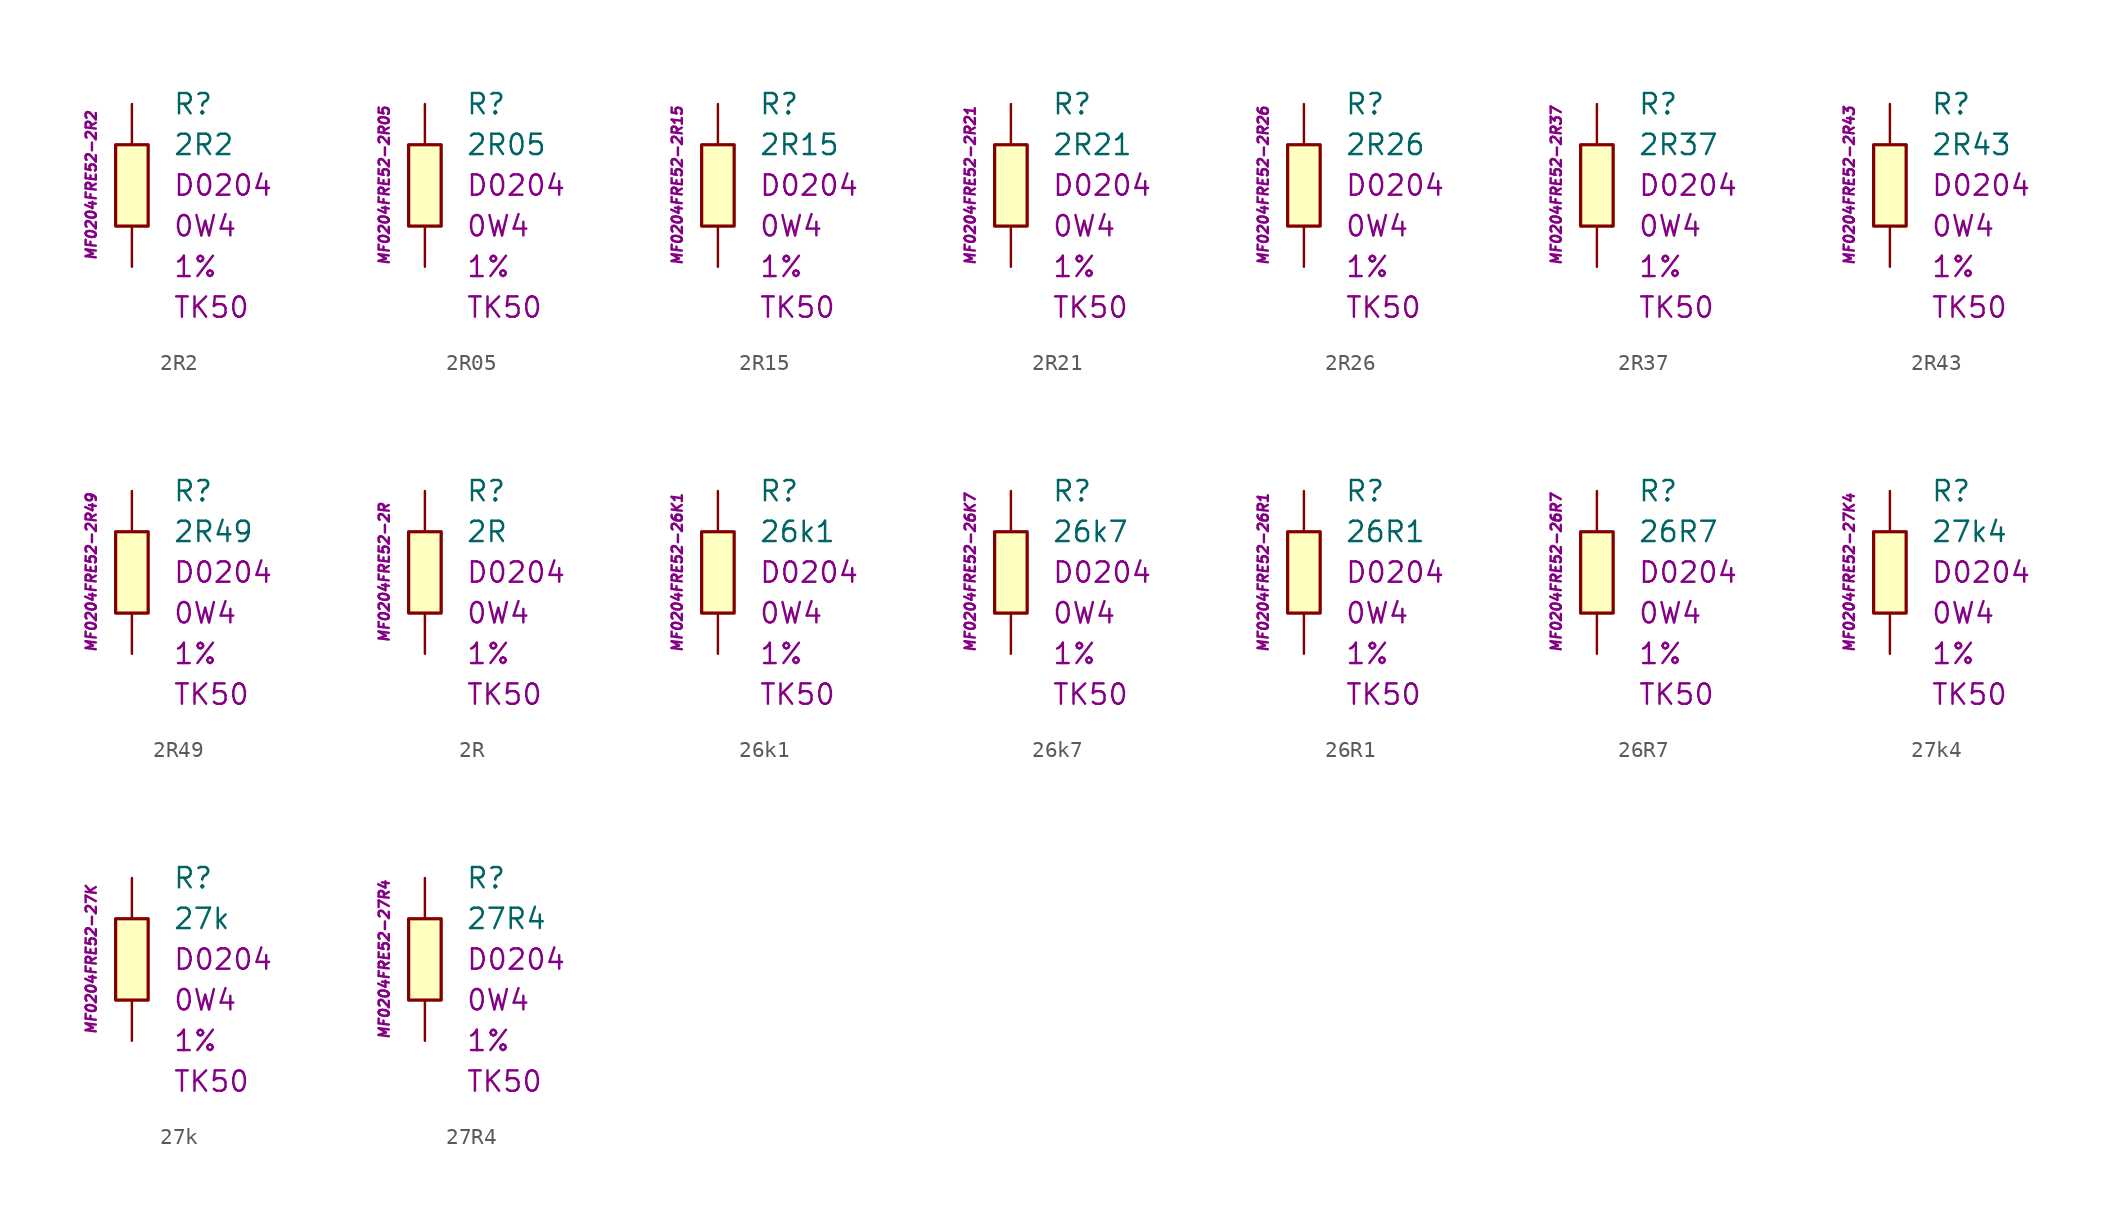
<source format=kicad_sym>
(kicad_symbol_lib
  (version 20201005)
  (generator kicad_symbol_editor)
  (symbol "2R2"
    (pin_numbers hide)
    (pin_names
      (offset 1.016) hide)
    (property "Reference" "R"
      (at 2.54 5.08 0)
      (effects (font (size 1.27 1.27)) (justify left)))
    (property "Value" "2R2"
      (at 2.54 2.54 0)
      (effects (font (size 1.27 1.27)) (justify left)))
    (property "Package" "D0204"
      (at 2.54 0 0)
      (effects (font (size 1.27 1.27)) (justify left)))
    (property "Power" "0W4"
      (at 2.54 -2.54 0)
      (effects (font (size 1.27 1.27)) (justify left)))
    (property "Tolerance" "1%"
      (at 2.54 -5.08 0)
      (effects (font (size 1.27 1.27)) (justify left)))
    (property "TK" "TK50"
      (at 2.54 -7.62 0)
      (effects (font (size 1.27 1.27)) (justify left)))
    (property "ID" "MF0204FRE52-2R2"
      (at -2.54 0 90)
      (effects (font (size 0.635 0.635) italic)))
    (symbol "2R2_0_1"
      (rectangle (start -1.016 2.54) (end 1.016 -2.54) (stroke (width 0.203)) (fill (type background))))
    (symbol "2R2_1_1"
      (pin passive line (at 0 5.08 270) (length 2.54) (name "~" (effects (font (size 1.778 1.778)))) (number "1" (effects (font (size 1.778 1.778)))))
      (pin passive line (at 0 -5.08 90) (length 2.54) (name "~" (effects (font (size 1.778 1.778)))) (number "2" (effects (font (size 1.778 1.778)))))))
  (symbol "2R05"
    (pin_numbers hide)
    (pin_names
      (offset 1.016) hide)
    (property "Reference" "R"
      (at 2.54 5.08 0)
      (effects (font (size 1.27 1.27)) (justify left)))
    (property "Value" "2R05"
      (at 2.54 2.54 0)
      (effects (font (size 1.27 1.27)) (justify left)))
    (property "Package" "D0204"
      (at 2.54 0 0)
      (effects (font (size 1.27 1.27)) (justify left)))
    (property "Power" "0W4"
      (at 2.54 -2.54 0)
      (effects (font (size 1.27 1.27)) (justify left)))
    (property "Tolerance" "1%"
      (at 2.54 -5.08 0)
      (effects (font (size 1.27 1.27)) (justify left)))
    (property "TK" "TK50"
      (at 2.54 -7.62 0)
      (effects (font (size 1.27 1.27)) (justify left)))
    (property "ID" "MF0204FRE52-2R05"
      (at -2.54 0 90)
      (effects (font (size 0.635 0.635) italic)))
    (symbol "2R05_0_1"
      (rectangle (start -1.016 2.54) (end 1.016 -2.54) (stroke (width 0.203)) (fill (type background))))
    (symbol "2R05_1_1"
      (pin passive line (at 0 5.08 270) (length 2.54) (name "~" (effects (font (size 1.778 1.778)))) (number "1" (effects (font (size 1.778 1.778)))))
      (pin passive line (at 0 -5.08 90) (length 2.54) (name "~" (effects (font (size 1.778 1.778)))) (number "2" (effects (font (size 1.778 1.778)))))))
  (symbol "2R15"
    (pin_numbers hide)
    (pin_names
      (offset 1.016) hide)
    (property "Reference" "R"
      (at 2.54 5.08 0)
      (effects (font (size 1.27 1.27)) (justify left)))
    (property "Value" "2R15"
      (at 2.54 2.54 0)
      (effects (font (size 1.27 1.27)) (justify left)))
    (property "Package" "D0204"
      (at 2.54 0 0)
      (effects (font (size 1.27 1.27)) (justify left)))
    (property "Power" "0W4"
      (at 2.54 -2.54 0)
      (effects (font (size 1.27 1.27)) (justify left)))
    (property "Tolerance" "1%"
      (at 2.54 -5.08 0)
      (effects (font (size 1.27 1.27)) (justify left)))
    (property "TK" "TK50"
      (at 2.54 -7.62 0)
      (effects (font (size 1.27 1.27)) (justify left)))
    (property "ID" "MF0204FRE52-2R15"
      (at -2.54 0 90)
      (effects (font (size 0.635 0.635) italic)))
    (symbol "2R15_0_1"
      (rectangle (start -1.016 2.54) (end 1.016 -2.54) (stroke (width 0.203)) (fill (type background))))
    (symbol "2R15_1_1"
      (pin passive line (at 0 5.08 270) (length 2.54) (name "~" (effects (font (size 1.778 1.778)))) (number "1" (effects (font (size 1.778 1.778)))))
      (pin passive line (at 0 -5.08 90) (length 2.54) (name "~" (effects (font (size 1.778 1.778)))) (number "2" (effects (font (size 1.778 1.778)))))))
  (symbol "2R21"
    (pin_numbers hide)
    (pin_names
      (offset 1.016) hide)
    (property "Reference" "R"
      (at 2.54 5.08 0)
      (effects (font (size 1.27 1.27)) (justify left)))
    (property "Value" "2R21"
      (at 2.54 2.54 0)
      (effects (font (size 1.27 1.27)) (justify left)))
    (property "Package" "D0204"
      (at 2.54 0 0)
      (effects (font (size 1.27 1.27)) (justify left)))
    (property "Power" "0W4"
      (at 2.54 -2.54 0)
      (effects (font (size 1.27 1.27)) (justify left)))
    (property "Tolerance" "1%"
      (at 2.54 -5.08 0)
      (effects (font (size 1.27 1.27)) (justify left)))
    (property "TK" "TK50"
      (at 2.54 -7.62 0)
      (effects (font (size 1.27 1.27)) (justify left)))
    (property "ID" "MF0204FRE52-2R21"
      (at -2.54 0 90)
      (effects (font (size 0.635 0.635) italic)))
    (symbol "2R21_0_1"
      (rectangle (start -1.016 2.54) (end 1.016 -2.54) (stroke (width 0.203)) (fill (type background))))
    (symbol "2R21_1_1"
      (pin passive line (at 0 5.08 270) (length 2.54) (name "~" (effects (font (size 1.778 1.778)))) (number "1" (effects (font (size 1.778 1.778)))))
      (pin passive line (at 0 -5.08 90) (length 2.54) (name "~" (effects (font (size 1.778 1.778)))) (number "2" (effects (font (size 1.778 1.778)))))))
  (symbol "2R26"
    (pin_numbers hide)
    (pin_names
      (offset 1.016) hide)
    (property "Reference" "R"
      (at 2.54 5.08 0)
      (effects (font (size 1.27 1.27)) (justify left)))
    (property "Value" "2R26"
      (at 2.54 2.54 0)
      (effects (font (size 1.27 1.27)) (justify left)))
    (property "Package" "D0204"
      (at 2.54 0 0)
      (effects (font (size 1.27 1.27)) (justify left)))
    (property "Power" "0W4"
      (at 2.54 -2.54 0)
      (effects (font (size 1.27 1.27)) (justify left)))
    (property "Tolerance" "1%"
      (at 2.54 -5.08 0)
      (effects (font (size 1.27 1.27)) (justify left)))
    (property "TK" "TK50"
      (at 2.54 -7.62 0)
      (effects (font (size 1.27 1.27)) (justify left)))
    (property "ID" "MF0204FRE52-2R26"
      (at -2.54 0 90)
      (effects (font (size 0.635 0.635) italic)))
    (symbol "2R26_0_1"
      (rectangle (start -1.016 2.54) (end 1.016 -2.54) (stroke (width 0.203)) (fill (type background))))
    (symbol "2R26_1_1"
      (pin passive line (at 0 5.08 270) (length 2.54) (name "~" (effects (font (size 1.778 1.778)))) (number "1" (effects (font (size 1.778 1.778)))))
      (pin passive line (at 0 -5.08 90) (length 2.54) (name "~" (effects (font (size 1.778 1.778)))) (number "2" (effects (font (size 1.778 1.778)))))))
  (symbol "2R37"
    (pin_numbers hide)
    (pin_names
      (offset 1.016) hide)
    (property "Reference" "R"
      (at 2.54 5.08 0)
      (effects (font (size 1.27 1.27)) (justify left)))
    (property "Value" "2R37"
      (at 2.54 2.54 0)
      (effects (font (size 1.27 1.27)) (justify left)))
    (property "Package" "D0204"
      (at 2.54 0 0)
      (effects (font (size 1.27 1.27)) (justify left)))
    (property "Power" "0W4"
      (at 2.54 -2.54 0)
      (effects (font (size 1.27 1.27)) (justify left)))
    (property "Tolerance" "1%"
      (at 2.54 -5.08 0)
      (effects (font (size 1.27 1.27)) (justify left)))
    (property "TK" "TK50"
      (at 2.54 -7.62 0)
      (effects (font (size 1.27 1.27)) (justify left)))
    (property "ID" "MF0204FRE52-2R37"
      (at -2.54 0 90)
      (effects (font (size 0.635 0.635) italic)))
    (symbol "2R37_0_1"
      (rectangle (start -1.016 2.54) (end 1.016 -2.54) (stroke (width 0.203)) (fill (type background))))
    (symbol "2R37_1_1"
      (pin passive line (at 0 5.08 270) (length 2.54) (name "~" (effects (font (size 1.778 1.778)))) (number "1" (effects (font (size 1.778 1.778)))))
      (pin passive line (at 0 -5.08 90) (length 2.54) (name "~" (effects (font (size 1.778 1.778)))) (number "2" (effects (font (size 1.778 1.778)))))))
  (symbol "2R43"
    (pin_numbers hide)
    (pin_names
      (offset 1.016) hide)
    (property "Reference" "R"
      (at 2.54 5.08 0)
      (effects (font (size 1.27 1.27)) (justify left)))
    (property "Value" "2R43"
      (at 2.54 2.54 0)
      (effects (font (size 1.27 1.27)) (justify left)))
    (property "Package" "D0204"
      (at 2.54 0 0)
      (effects (font (size 1.27 1.27)) (justify left)))
    (property "Power" "0W4"
      (at 2.54 -2.54 0)
      (effects (font (size 1.27 1.27)) (justify left)))
    (property "Tolerance" "1%"
      (at 2.54 -5.08 0)
      (effects (font (size 1.27 1.27)) (justify left)))
    (property "TK" "TK50"
      (at 2.54 -7.62 0)
      (effects (font (size 1.27 1.27)) (justify left)))
    (property "ID" "MF0204FRE52-2R43"
      (at -2.54 0 90)
      (effects (font (size 0.635 0.635) italic)))
    (symbol "2R43_0_1"
      (rectangle (start -1.016 2.54) (end 1.016 -2.54) (stroke (width 0.203)) (fill (type background))))
    (symbol "2R43_1_1"
      (pin passive line (at 0 5.08 270) (length 2.54) (name "~" (effects (font (size 1.778 1.778)))) (number "1" (effects (font (size 1.778 1.778)))))
      (pin passive line (at 0 -5.08 90) (length 2.54) (name "~" (effects (font (size 1.778 1.778)))) (number "2" (effects (font (size 1.778 1.778)))))))
  (symbol "2R49"
    (pin_numbers hide)
    (pin_names
      (offset 1.016) hide)
    (property "Reference" "R"
      (at 2.54 5.08 0)
      (effects (font (size 1.27 1.27)) (justify left)))
    (property "Value" "2R49"
      (at 2.54 2.54 0)
      (effects (font (size 1.27 1.27)) (justify left)))
    (property "Package" "D0204"
      (at 2.54 0 0)
      (effects (font (size 1.27 1.27)) (justify left)))
    (property "Power" "0W4"
      (at 2.54 -2.54 0)
      (effects (font (size 1.27 1.27)) (justify left)))
    (property "Tolerance" "1%"
      (at 2.54 -5.08 0)
      (effects (font (size 1.27 1.27)) (justify left)))
    (property "TK" "TK50"
      (at 2.54 -7.62 0)
      (effects (font (size 1.27 1.27)) (justify left)))
    (property "ID" "MF0204FRE52-2R49"
      (at -2.54 0 90)
      (effects (font (size 0.635 0.635) italic)))
    (symbol "2R49_0_1"
      (rectangle (start -1.016 2.54) (end 1.016 -2.54) (stroke (width 0.203)) (fill (type background))))
    (symbol "2R49_1_1"
      (pin passive line (at 0 5.08 270) (length 2.54) (name "~" (effects (font (size 1.778 1.778)))) (number "1" (effects (font (size 1.778 1.778)))))
      (pin passive line (at 0 -5.08 90) (length 2.54) (name "~" (effects (font (size 1.778 1.778)))) (number "2" (effects (font (size 1.778 1.778)))))))
  (symbol "2R"
    (pin_numbers hide)
    (pin_names
      (offset 1.016) hide)
    (property "Reference" "R"
      (at 2.54 5.08 0)
      (effects (font (size 1.27 1.27)) (justify left)))
    (property "Value" "2R"
      (at 2.54 2.54 0)
      (effects (font (size 1.27 1.27)) (justify left)))
    (property "Package" "D0204"
      (at 2.54 0 0)
      (effects (font (size 1.27 1.27)) (justify left)))
    (property "Power" "0W4"
      (at 2.54 -2.54 0)
      (effects (font (size 1.27 1.27)) (justify left)))
    (property "Tolerance" "1%"
      (at 2.54 -5.08 0)
      (effects (font (size 1.27 1.27)) (justify left)))
    (property "TK" "TK50"
      (at 2.54 -7.62 0)
      (effects (font (size 1.27 1.27)) (justify left)))
    (property "ID" "MF0204FRE52-2R"
      (at -2.54 0 90)
      (effects (font (size 0.635 0.635) italic)))
    (symbol "2R_0_1"
      (rectangle (start -1.016 2.54) (end 1.016 -2.54) (stroke (width 0.203)) (fill (type background))))
    (symbol "2R_1_1"
      (pin passive line (at 0 5.08 270) (length 2.54) (name "~" (effects (font (size 1.778 1.778)))) (number "1" (effects (font (size 1.778 1.778)))))
      (pin passive line (at 0 -5.08 90) (length 2.54) (name "~" (effects (font (size 1.778 1.778)))) (number "2" (effects (font (size 1.778 1.778)))))))
  (symbol "26k1"
    (pin_numbers hide)
    (pin_names
      (offset 1.016) hide)
    (property "Reference" "R"
      (at 2.54 5.08 0)
      (effects (font (size 1.27 1.27)) (justify left)))
    (property "Value" "26k1"
      (at 2.54 2.54 0)
      (effects (font (size 1.27 1.27)) (justify left)))
    (property "Package" "D0204"
      (at 2.54 0 0)
      (effects (font (size 1.27 1.27)) (justify left)))
    (property "Power" "0W4"
      (at 2.54 -2.54 0)
      (effects (font (size 1.27 1.27)) (justify left)))
    (property "Tolerance" "1%"
      (at 2.54 -5.08 0)
      (effects (font (size 1.27 1.27)) (justify left)))
    (property "TK" "TK50"
      (at 2.54 -7.62 0)
      (effects (font (size 1.27 1.27)) (justify left)))
    (property "ID" "MF0204FRE52-26K1"
      (at -2.54 0 90)
      (effects (font (size 0.635 0.635) italic)))
    (symbol "26k1_0_1"
      (rectangle (start -1.016 2.54) (end 1.016 -2.54) (stroke (width 0.203)) (fill (type background))))
    (symbol "26k1_1_1"
      (pin passive line (at 0 5.08 270) (length 2.54) (name "~" (effects (font (size 1.778 1.778)))) (number "1" (effects (font (size 1.778 1.778)))))
      (pin passive line (at 0 -5.08 90) (length 2.54) (name "~" (effects (font (size 1.778 1.778)))) (number "2" (effects (font (size 1.778 1.778)))))))
  (symbol "26k7"
    (pin_numbers hide)
    (pin_names
      (offset 1.016) hide)
    (property "Reference" "R"
      (at 2.54 5.08 0)
      (effects (font (size 1.27 1.27)) (justify left)))
    (property "Value" "26k7"
      (at 2.54 2.54 0)
      (effects (font (size 1.27 1.27)) (justify left)))
    (property "Package" "D0204"
      (at 2.54 0 0)
      (effects (font (size 1.27 1.27)) (justify left)))
    (property "Power" "0W4"
      (at 2.54 -2.54 0)
      (effects (font (size 1.27 1.27)) (justify left)))
    (property "Tolerance" "1%"
      (at 2.54 -5.08 0)
      (effects (font (size 1.27 1.27)) (justify left)))
    (property "TK" "TK50"
      (at 2.54 -7.62 0)
      (effects (font (size 1.27 1.27)) (justify left)))
    (property "ID" "MF0204FRE52-26K7"
      (at -2.54 0 90)
      (effects (font (size 0.635 0.635) italic)))
    (symbol "26k7_0_1"
      (rectangle (start -1.016 2.54) (end 1.016 -2.54) (stroke (width 0.203)) (fill (type background))))
    (symbol "26k7_1_1"
      (pin passive line (at 0 5.08 270) (length 2.54) (name "~" (effects (font (size 1.778 1.778)))) (number "1" (effects (font (size 1.778 1.778)))))
      (pin passive line (at 0 -5.08 90) (length 2.54) (name "~" (effects (font (size 1.778 1.778)))) (number "2" (effects (font (size 1.778 1.778)))))))
  (symbol "26R1"
    (pin_numbers hide)
    (pin_names
      (offset 1.016) hide)
    (property "Reference" "R"
      (at 2.54 5.08 0)
      (effects (font (size 1.27 1.27)) (justify left)))
    (property "Value" "26R1"
      (at 2.54 2.54 0)
      (effects (font (size 1.27 1.27)) (justify left)))
    (property "Package" "D0204"
      (at 2.54 0 0)
      (effects (font (size 1.27 1.27)) (justify left)))
    (property "Power" "0W4"
      (at 2.54 -2.54 0)
      (effects (font (size 1.27 1.27)) (justify left)))
    (property "Tolerance" "1%"
      (at 2.54 -5.08 0)
      (effects (font (size 1.27 1.27)) (justify left)))
    (property "TK" "TK50"
      (at 2.54 -7.62 0)
      (effects (font (size 1.27 1.27)) (justify left)))
    (property "ID" "MF0204FRE52-26R1"
      (at -2.54 0 90)
      (effects (font (size 0.635 0.635) italic)))
    (symbol "26R1_0_1"
      (rectangle (start -1.016 2.54) (end 1.016 -2.54) (stroke (width 0.203)) (fill (type background))))
    (symbol "26R1_1_1"
      (pin passive line (at 0 5.08 270) (length 2.54) (name "~" (effects (font (size 1.778 1.778)))) (number "1" (effects (font (size 1.778 1.778)))))
      (pin passive line (at 0 -5.08 90) (length 2.54) (name "~" (effects (font (size 1.778 1.778)))) (number "2" (effects (font (size 1.778 1.778)))))))
  (symbol "26R7"
    (pin_numbers hide)
    (pin_names
      (offset 1.016) hide)
    (property "Reference" "R"
      (at 2.54 5.08 0)
      (effects (font (size 1.27 1.27)) (justify left)))
    (property "Value" "26R7"
      (at 2.54 2.54 0)
      (effects (font (size 1.27 1.27)) (justify left)))
    (property "Package" "D0204"
      (at 2.54 0 0)
      (effects (font (size 1.27 1.27)) (justify left)))
    (property "Power" "0W4"
      (at 2.54 -2.54 0)
      (effects (font (size 1.27 1.27)) (justify left)))
    (property "Tolerance" "1%"
      (at 2.54 -5.08 0)
      (effects (font (size 1.27 1.27)) (justify left)))
    (property "TK" "TK50"
      (at 2.54 -7.62 0)
      (effects (font (size 1.27 1.27)) (justify left)))
    (property "ID" "MF0204FRE52-26R7"
      (at -2.54 0 90)
      (effects (font (size 0.635 0.635) italic)))
    (symbol "26R7_0_1"
      (rectangle (start -1.016 2.54) (end 1.016 -2.54) (stroke (width 0.203)) (fill (type background))))
    (symbol "26R7_1_1"
      (pin passive line (at 0 5.08 270) (length 2.54) (name "~" (effects (font (size 1.778 1.778)))) (number "1" (effects (font (size 1.778 1.778)))))
      (pin passive line (at 0 -5.08 90) (length 2.54) (name "~" (effects (font (size 1.778 1.778)))) (number "2" (effects (font (size 1.778 1.778)))))))
  (symbol "27k4"
    (pin_numbers hide)
    (pin_names
      (offset 1.016) hide)
    (property "Reference" "R"
      (at 2.54 5.08 0)
      (effects (font (size 1.27 1.27)) (justify left)))
    (property "Value" "27k4"
      (at 2.54 2.54 0)
      (effects (font (size 1.27 1.27)) (justify left)))
    (property "Package" "D0204"
      (at 2.54 0 0)
      (effects (font (size 1.27 1.27)) (justify left)))
    (property "Power" "0W4"
      (at 2.54 -2.54 0)
      (effects (font (size 1.27 1.27)) (justify left)))
    (property "Tolerance" "1%"
      (at 2.54 -5.08 0)
      (effects (font (size 1.27 1.27)) (justify left)))
    (property "TK" "TK50"
      (at 2.54 -7.62 0)
      (effects (font (size 1.27 1.27)) (justify left)))
    (property "ID" "MF0204FRE52-27K4"
      (at -2.54 0 90)
      (effects (font (size 0.635 0.635) italic)))
    (symbol "27k4_0_1"
      (rectangle (start -1.016 2.54) (end 1.016 -2.54) (stroke (width 0.203)) (fill (type background))))
    (symbol "27k4_1_1"
      (pin passive line (at 0 5.08 270) (length 2.54) (name "~" (effects (font (size 1.778 1.778)))) (number "1" (effects (font (size 1.778 1.778)))))
      (pin passive line (at 0 -5.08 90) (length 2.54) (name "~" (effects (font (size 1.778 1.778)))) (number "2" (effects (font (size 1.778 1.778)))))))
  (symbol "27k"
    (pin_numbers hide)
    (pin_names
      (offset 1.016) hide)
    (property "Reference" "R"
      (at 2.54 5.08 0)
      (effects (font (size 1.27 1.27)) (justify left)))
    (property "Value" "27k"
      (at 2.54 2.54 0)
      (effects (font (size 1.27 1.27)) (justify left)))
    (property "Package" "D0204"
      (at 2.54 0 0)
      (effects (font (size 1.27 1.27)) (justify left)))
    (property "Power" "0W4"
      (at 2.54 -2.54 0)
      (effects (font (size 1.27 1.27)) (justify left)))
    (property "Tolerance" "1%"
      (at 2.54 -5.08 0)
      (effects (font (size 1.27 1.27)) (justify left)))
    (property "TK" "TK50"
      (at 2.54 -7.62 0)
      (effects (font (size 1.27 1.27)) (justify left)))
    (property "ID" "MF0204FRE52-27K"
      (at -2.54 0 90)
      (effects (font (size 0.635 0.635) italic)))
    (symbol "27k_0_1"
      (rectangle (start -1.016 2.54) (end 1.016 -2.54) (stroke (width 0.203)) (fill (type background))))
    (symbol "27k_1_1"
      (pin passive line (at 0 5.08 270) (length 2.54) (name "~" (effects (font (size 1.778 1.778)))) (number "1" (effects (font (size 1.778 1.778)))))
      (pin passive line (at 0 -5.08 90) (length 2.54) (name "~" (effects (font (size 1.778 1.778)))) (number "2" (effects (font (size 1.778 1.778)))))))
  (symbol "27R4"
    (pin_numbers hide)
    (pin_names
      (offset 1.016) hide)
    (property "Reference" "R"
      (at 2.54 5.08 0)
      (effects (font (size 1.27 1.27)) (justify left)))
    (property "Value" "27R4"
      (at 2.54 2.54 0)
      (effects (font (size 1.27 1.27)) (justify left)))
    (property "Package" "D0204"
      (at 2.54 0 0)
      (effects (font (size 1.27 1.27)) (justify left)))
    (property "Power" "0W4"
      (at 2.54 -2.54 0)
      (effects (font (size 1.27 1.27)) (justify left)))
    (property "Tolerance" "1%"
      (at 2.54 -5.08 0)
      (effects (font (size 1.27 1.27)) (justify left)))
    (property "TK" "TK50"
      (at 2.54 -7.62 0)
      (effects (font (size 1.27 1.27)) (justify left)))
    (property "ID" "MF0204FRE52-27R4"
      (at -2.54 0 90)
      (effects (font (size 0.635 0.635) italic)))
    (symbol "27R4_0_1"
      (rectangle (start -1.016 2.54) (end 1.016 -2.54) (stroke (width 0.203)) (fill (type background))))
    (symbol "27R4_1_1"
      (pin passive line (at 0 5.08 270) (length 2.54) (name "~" (effects (font (size 1.778 1.778)))) (number "1" (effects (font (size 1.778 1.778)))))
      (pin passive line (at 0 -5.08 90) (length 2.54) (name "~" (effects (font (size 1.778 1.778)))) (number "2" (effects (font (size 1.778 1.778))))))))
</source>
